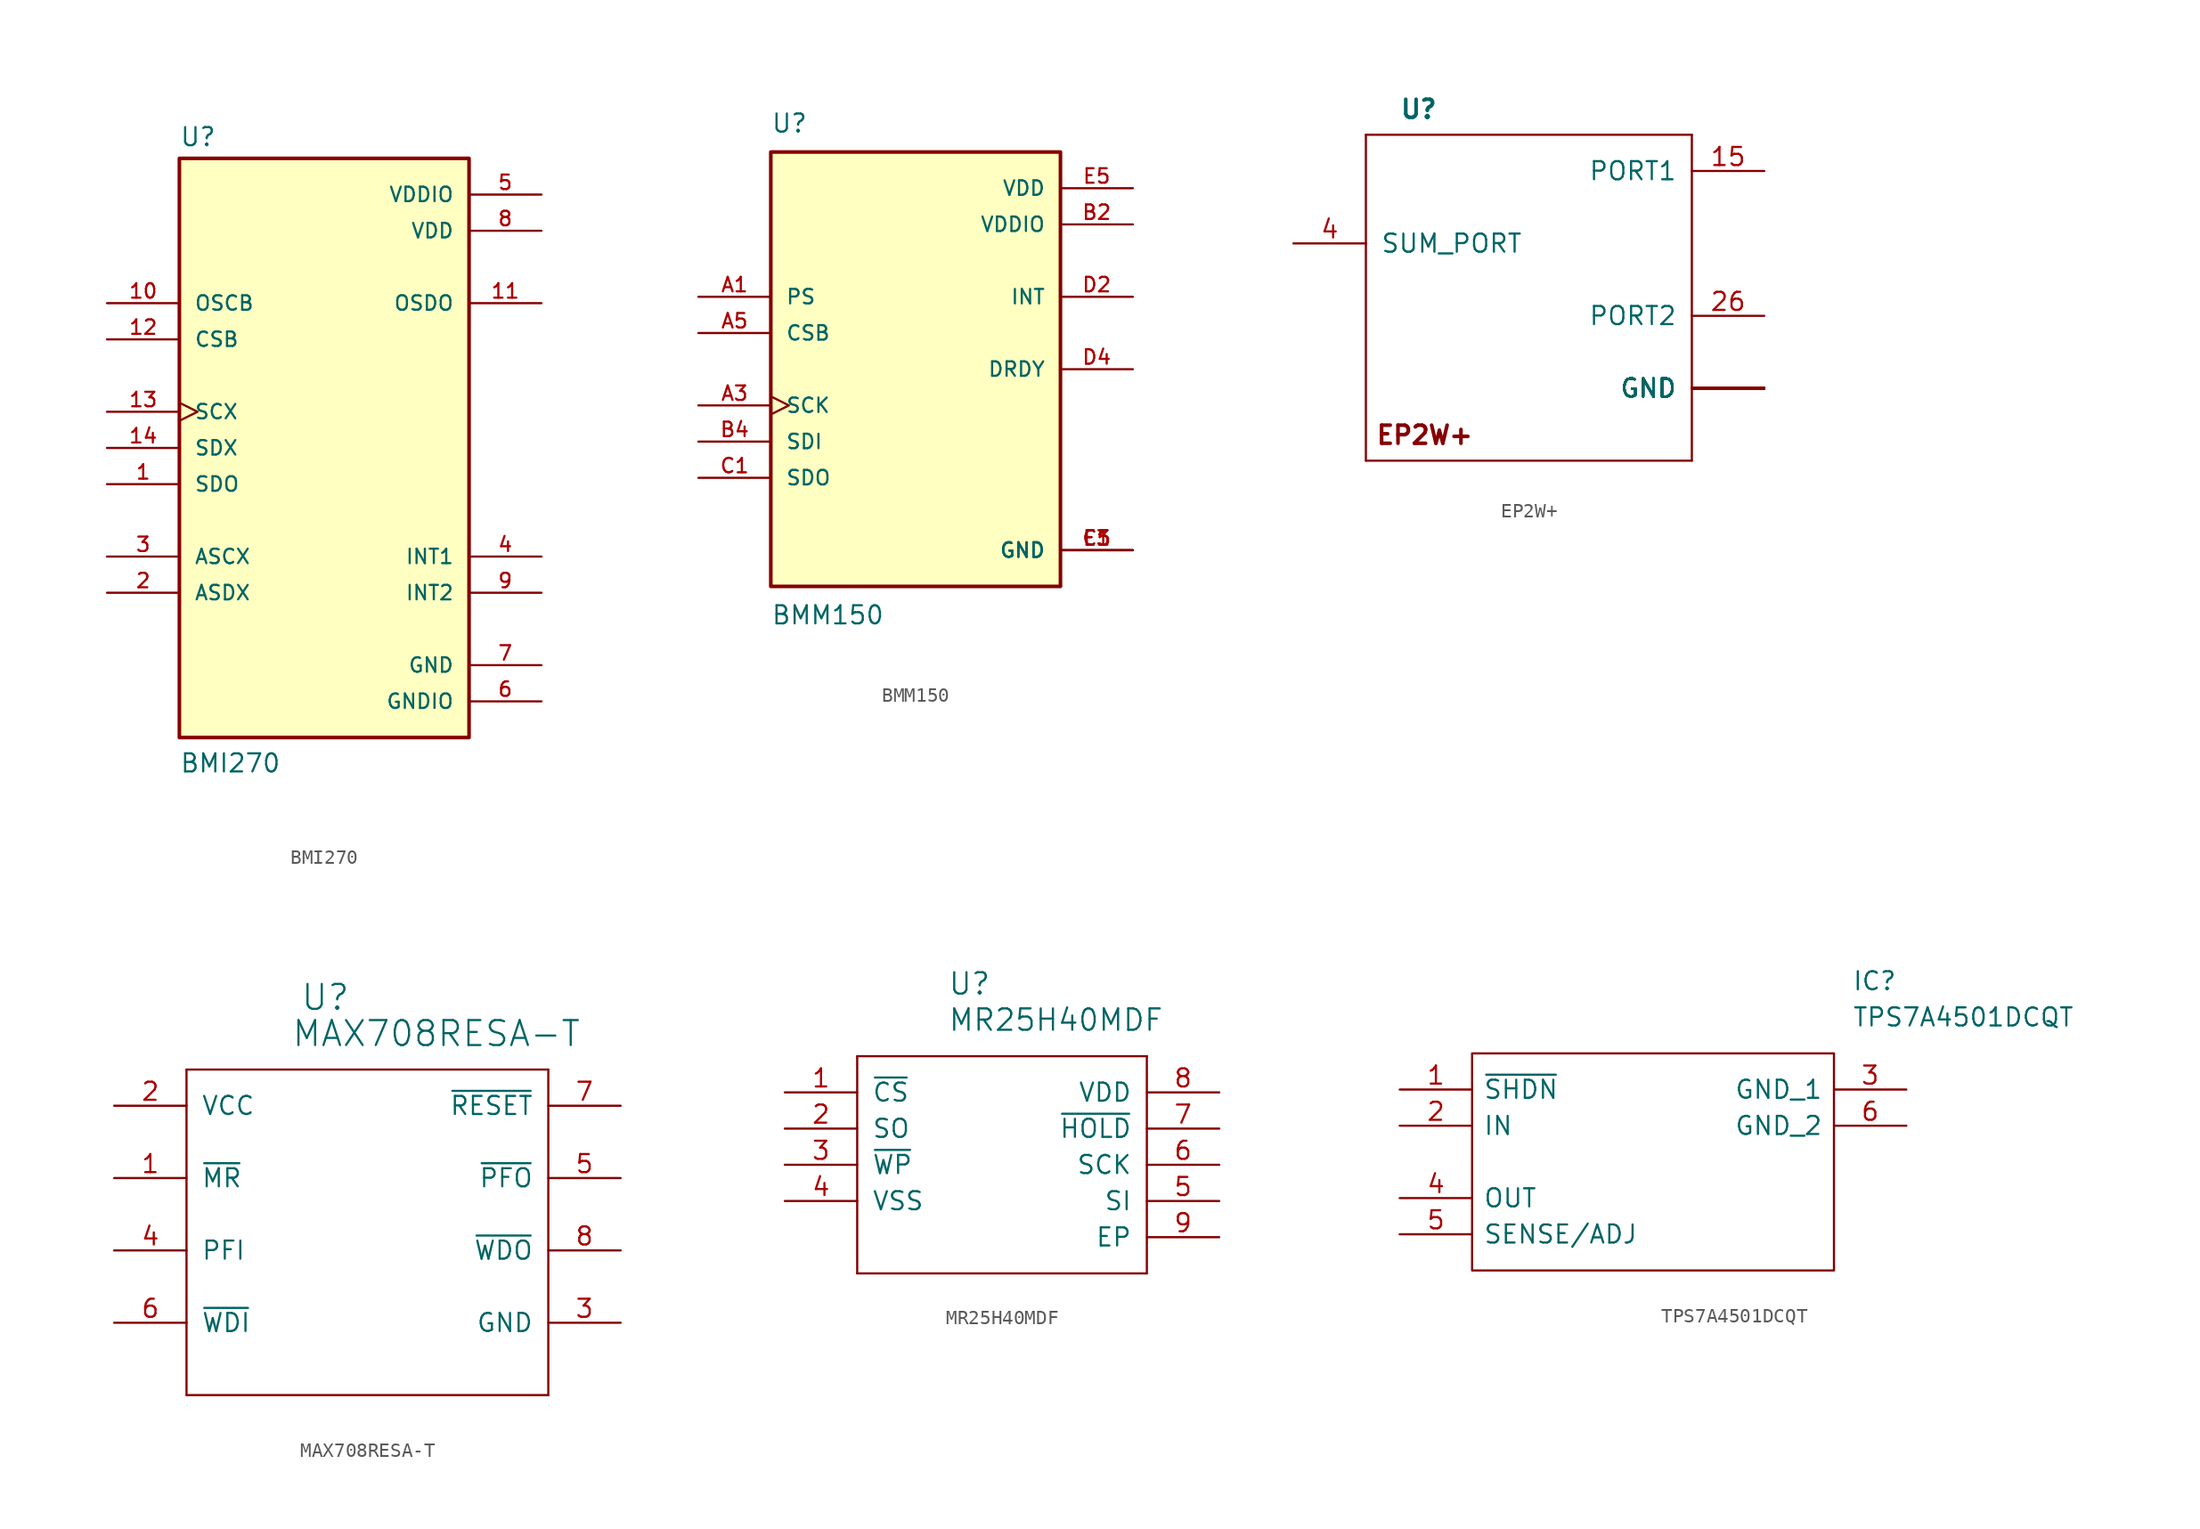
<source format=kicad_sym>
(kicad_symbol_lib
  (version 20241209)
  (generator "kicad_symbol_editor")
  (generator_version "9.0")
  (symbol "BMI270"
    (pin_names
      (offset 1.016))
    (property "Reference" "U"
      (at -10.16 21.082 0)
      (effects (font (size 1.27 1.27)) (justify left bottom)))
    (property "Value" "BMI270"
      (at -10.16 -22.86 0)
      (effects (font (size 1.27 1.27)) (justify left bottom)))
    (symbol "BMI270_0_0"
      (rectangle (start -10.16 -20.32) (end 10.16 20.32) (stroke (width 0.254) (type default)) (fill (type background)))
      (pin input line (at -15.24 10.16 0) (length 5.08) (name "OSCB" (effects (font (size 1.016 1.016)))) (number "10" (effects (font (size 1.016 1.016)))))
      (pin input line (at -15.24 7.62 0) (length 5.08) (name "CSB" (effects (font (size 1.016 1.016)))) (number "12" (effects (font (size 1.016 1.016)))))
      (pin input clock (at -15.24 2.54 0) (length 5.08) (name "SCX" (effects (font (size 1.016 1.016)))) (number "13" (effects (font (size 1.016 1.016)))))
      (pin bidirectional line (at -15.24 0 0) (length 5.08) (name "SDX" (effects (font (size 1.016 1.016)))) (number "14" (effects (font (size 1.016 1.016)))))
      (pin bidirectional line (at -15.24 -2.54 0) (length 5.08) (name "SDO" (effects (font (size 1.016 1.016)))) (number "1" (effects (font (size 1.016 1.016)))))
      (pin bidirectional line (at -15.24 -7.62 0) (length 5.08) (name "ASCX" (effects (font (size 1.016 1.016)))) (number "3" (effects (font (size 1.016 1.016)))))
      (pin bidirectional line (at -15.24 -10.16 0) (length 5.08) (name "ASDX" (effects (font (size 1.016 1.016)))) (number "2" (effects (font (size 1.016 1.016)))))
      (pin power_in line (at 15.24 17.78 180) (length 5.08) (name "VDDIO" (effects (font (size 1.016 1.016)))) (number "5" (effects (font (size 1.016 1.016)))))
      (pin power_in line (at 15.24 15.24 180) (length 5.08) (name "VDD" (effects (font (size 1.016 1.016)))) (number "8" (effects (font (size 1.016 1.016)))))
      (pin output line (at 15.24 10.16 180) (length 5.08) (name "OSDO" (effects (font (size 1.016 1.016)))) (number "11" (effects (font (size 1.016 1.016)))))
      (pin bidirectional line (at 15.24 -7.62 180) (length 5.08) (name "INT1" (effects (font (size 1.016 1.016)))) (number "4" (effects (font (size 1.016 1.016)))))
      (pin bidirectional line (at 15.24 -10.16 180) (length 5.08) (name "INT2" (effects (font (size 1.016 1.016)))) (number "9" (effects (font (size 1.016 1.016)))))
      (pin power_in line (at 15.24 -15.24 180) (length 5.08) (name "GND" (effects (font (size 1.016 1.016)))) (number "7" (effects (font (size 1.016 1.016)))))
      (pin power_in line (at 15.24 -17.78 180) (length 5.08) (name "GNDIO" (effects (font (size 1.016 1.016)))) (number "6" (effects (font (size 1.016 1.016)))))))
  (symbol "BMM150"
    (pin_names
      (offset 1.016))
    (property "Reference" "U"
      (at -10.16 16.51 0)
      (effects (font (size 1.27 1.27)) (justify left bottom)))
    (property "Value" "BMM150"
      (at -10.16 -16.51 0)
      (effects (font (size 1.27 1.27)) (justify left top)))
    (symbol "BMM150_0_0"
      (rectangle (start -10.16 -15.24) (end 10.16 15.24) (stroke (width 0.254) (type default)) (fill (type background)))
      (pin input line (at -15.24 5.08 0) (length 5.08) (name "PS" (effects (font (size 1.016 1.016)))) (number "A1" (effects (font (size 1.016 1.016)))))
      (pin input line (at -15.24 2.54 0) (length 5.08) (name "CSB" (effects (font (size 1.016 1.016)))) (number "A5" (effects (font (size 1.016 1.016)))))
      (pin input clock (at -15.24 -2.54 0) (length 5.08) (name "SCK" (effects (font (size 1.016 1.016)))) (number "A3" (effects (font (size 1.016 1.016)))))
      (pin bidirectional line (at -15.24 -5.08 0) (length 5.08) (name "SDI" (effects (font (size 1.016 1.016)))) (number "B4" (effects (font (size 1.016 1.016)))))
      (pin output line (at -15.24 -7.62 0) (length 5.08) (name "SDO" (effects (font (size 1.016 1.016)))) (number "C1" (effects (font (size 1.016 1.016)))))
      (pin power_in line (at 15.24 12.7 180) (length 5.08) (name "VDD" (effects (font (size 1.016 1.016)))) (number "E5" (effects (font (size 1.016 1.016)))))
      (pin power_in line (at 15.24 10.16 180) (length 5.08) (name "VDDIO" (effects (font (size 1.016 1.016)))) (number "B2" (effects (font (size 1.016 1.016)))))
      (pin output line (at 15.24 5.08 180) (length 5.08) (name "INT" (effects (font (size 1.016 1.016)))) (number "D2" (effects (font (size 1.016 1.016)))))
      (pin output line (at 15.24 0 180) (length 5.08) (name "DRDY" (effects (font (size 1.016 1.016)))) (number "D4" (effects (font (size 1.016 1.016)))))
      (pin power_in line (at 15.24 -12.7 180) (length 5.08) (name "GND" (effects (font (size 1.016 1.016)))) (number "C5" (effects (font (size 1.016 1.016)))))
      (pin power_in line (at 15.24 -12.7 180) (length 5.08) (name "GND" (effects (font (size 1.016 1.016)))) (number "E1" (effects (font (size 1.016 1.016)))))
      (pin power_in line (at 15.24 -12.7 180) (length 5.08) (name "GND" (effects (font (size 1.016 1.016)))) (number "E3" (effects (font (size 1.016 1.016)))))))
  (symbol "EP2W+"
    (pin_names
      (offset 1.016))
    (property "Reference" "U"
      (at -7.62 10.16 0)
      (effects (font (size 1.27 1.27) (bold yes)) (justify right top)))
    (symbol "EP2W+_1_0"
      (polyline (pts (xy -12.7 7.62) (xy 10.16 7.62)) (stroke (width 0) (type default)) (fill (type none)))
      (polyline (pts (xy -12.7 -15.24) (xy -12.7 7.62)) (stroke (width 0) (type default)) (fill (type none)))
      (polyline (pts (xy 10.16 7.62) (xy 10.16 -15.24)) (stroke (width 0) (type default)) (fill (type none)))
      (polyline (pts (xy 10.16 -15.24) (xy -12.7 -15.24)) (stroke (width 0) (type default)) (fill (type none)))
      (text "EP2W+" (at -5.08 -12.7 0) (effects (font (size 1.27 1.27) (bold yes)) (justify right top)))
      (pin bidirectional line (at -17.78 0 0) (length 5.08) (name "SUM_PORT" (effects (font (size 1.27 1.27)))) (number "4" (effects (font (size 1.27 1.27)))))
      (pin bidirectional line (at 15.24 5.08 180) (length 5.08) (name "PORT1" (effects (font (size 1.27 1.27)))) (number "15" (effects (font (size 1.27 1.27)))))
      (pin bidirectional line (at 15.24 -5.08 180) (length 5.08) (name "PORT2" (effects (font (size 1.27 1.27)))) (number "26" (effects (font (size 1.27 1.27)))))
      (pin power_in line (at 15.24 -10.16 180) (length 5.08) (name "GND" (effects (font (size 1.27 1.27)))) (number "1" (effects (font (size 0 0)))))
      (pin power_in line (at 15.24 -10.16 180) (length 5.08) (name "GND" (effects (font (size 1.27 1.27)))) (number "10" (effects (font (size 0 0)))))
      (pin power_in line (at 15.24 -10.16 180) (length 5.08) (name "GND" (effects (font (size 1.27 1.27)))) (number "11" (effects (font (size 0 0)))))
      (pin power_in line (at 15.24 -10.16 180) (length 5.08) (name "GND" (effects (font (size 1.27 1.27)))) (number "12" (effects (font (size 0 0)))))
      (pin power_in line (at 15.24 -10.16 180) (length 5.08) (name "GND" (effects (font (size 1.27 1.27)))) (number "13" (effects (font (size 0 0)))))
      (pin power_in line (at 15.24 -10.16 180) (length 5.08) (name "GND" (effects (font (size 1.27 1.27)))) (number "14" (effects (font (size 0 0)))))
      (pin power_in line (at 15.24 -10.16 180) (length 5.08) (name "GND" (effects (font (size 1.27 1.27)))) (number "16" (effects (font (size 0 0)))))
      (pin power_in line (at 15.24 -10.16 180) (length 5.08) (name "GND" (effects (font (size 1.27 1.27)))) (number "17" (effects (font (size 0 0)))))
      (pin power_in line (at 15.24 -10.16 180) (length 5.08) (name "GND" (effects (font (size 1.27 1.27)))) (number "18" (effects (font (size 0 0)))))
      (pin power_in line (at 15.24 -10.16 180) (length 5.08) (name "GND" (effects (font (size 1.27 1.27)))) (number "19" (effects (font (size 0 0)))))
      (pin power_in line (at 15.24 -10.16 180) (length 5.08) (name "GND" (effects (font (size 1.27 1.27)))) (number "2" (effects (font (size 0 0)))))
      (pin power_in line (at 15.24 -10.16 180) (length 5.08) (name "GND" (effects (font (size 1.27 1.27)))) (number "20" (effects (font (size 0 0)))))
      (pin power_in line (at 15.24 -10.16 180) (length 5.08) (name "GND" (effects (font (size 1.27 1.27)))) (number "21" (effects (font (size 0 0)))))
      (pin power_in line (at 15.24 -10.16 180) (length 5.08) (name "GND" (effects (font (size 1.27 1.27)))) (number "22" (effects (font (size 0 0)))))
      (pin power_in line (at 15.24 -10.16 180) (length 5.08) (name "GND" (effects (font (size 1.27 1.27)))) (number "23" (effects (font (size 0 0)))))
      (pin power_in line (at 15.24 -10.16 180) (length 5.08) (name "GND" (effects (font (size 1.27 1.27)))) (number "24" (effects (font (size 0 0)))))
      (pin power_in line (at 15.24 -10.16 180) (length 5.08) (name "GND" (effects (font (size 1.27 1.27)))) (number "25" (effects (font (size 0 0)))))
      (pin power_in line (at 15.24 -10.16 180) (length 5.08) (name "GND" (effects (font (size 1.27 1.27)))) (number "27" (effects (font (size 0 0)))))
      (pin power_in line (at 15.24 -10.16 180) (length 5.08) (name "GND" (effects (font (size 1.27 1.27)))) (number "28" (effects (font (size 0 0)))))
      (pin power_in line (at 15.24 -10.16 180) (length 5.08) (name "GND" (effects (font (size 1.27 1.27)))) (number "29" (effects (font (size 0 0)))))
      (pin power_in line (at 15.24 -10.16 180) (length 5.08) (name "GND" (effects (font (size 1.27 1.27)))) (number "3" (effects (font (size 0 0)))))
      (pin power_in line (at 15.24 -10.16 180) (length 5.08) (name "GND" (effects (font (size 1.27 1.27)))) (number "30" (effects (font (size 0 0)))))
      (pin power_in line (at 15.24 -10.16 180) (length 5.08) (name "GND" (effects (font (size 1.27 1.27)))) (number "31" (effects (font (size 0 0)))))
      (pin power_in line (at 15.24 -10.16 180) (length 5.08) (name "GND" (effects (font (size 1.27 1.27)))) (number "32" (effects (font (size 0 0)))))
      (pin power_in line (at 15.24 -10.16 180) (length 5.08) (name "GND" (effects (font (size 1.27 1.27)))) (number "5" (effects (font (size 0 0)))))
      (pin power_in line (at 15.24 -10.16 180) (length 5.08) (name "GND" (effects (font (size 1.27 1.27)))) (number "6" (effects (font (size 0 0)))))
      (pin power_in line (at 15.24 -10.16 180) (length 5.08) (name "GND" (effects (font (size 1.27 1.27)))) (number "7" (effects (font (size 0 0)))))
      (pin power_in line (at 15.24 -10.16 180) (length 5.08) (name "GND" (effects (font (size 1.27 1.27)))) (number "8" (effects (font (size 0 0)))))
      (pin power_in line (at 15.24 -10.16 180) (length 5.08) (name "GND" (effects (font (size 1.27 1.27)))) (number "9" (effects (font (size 0 0)))))
      (pin power_in line (at 15.24 -10.16 180) (length 5.08) (name "GND" (effects (font (size 1.27 1.27)))) (number "EP" (effects (font (size 0 0)))))))
  (symbol "MAX708RESA-T"
    (pin_names
      (offset 1.016))
    (property "Reference" "U"
      (at 15.596 9.119 0)
      (effects (font (size 1.753 1.753)) (justify left bottom)))
    (property "Value" "MAX708RESA-T"
      (at 14.961 6.579 0)
      (effects (font (size 1.753 1.753)) (justify left bottom)))
    (symbol "MAX708RESA-T_1_0"
      (polyline (pts (xy 7.62 5.08) (xy 7.62 -17.78)) (stroke (width 0) (type default)) (fill (type none)))
      (polyline (pts (xy 7.62 -17.78) (xy 33.02 -17.78)) (stroke (width 0) (type default)) (fill (type none)))
      (polyline (pts (xy 33.02 5.08) (xy 7.62 5.08)) (stroke (width 0) (type default)) (fill (type none)))
      (polyline (pts (xy 33.02 -17.78) (xy 33.02 5.08)) (stroke (width 0) (type default)) (fill (type none)))
      (pin power_in line (at 2.54 2.54 0) (length 5.08) (name "VCC" (effects (font (size 1.27 1.27)))) (number "2" (effects (font (size 1.27 1.27)))))
      (pin input line (at 2.54 -2.54 0) (length 5.08) (name "~{MR}" (effects (font (size 1.27 1.27)))) (number "1" (effects (font (size 1.27 1.27)))))
      (pin input line (at 2.54 -7.62 0) (length 5.08) (name "PFI" (effects (font (size 1.27 1.27)))) (number "4" (effects (font (size 1.27 1.27)))))
      (pin input line (at 2.54 -12.7 0) (length 5.08) (name "~{WDI}" (effects (font (size 1.27 1.27)))) (number "6" (effects (font (size 1.27 1.27)))))
      (pin output line (at 38.1 2.54 180) (length 5.08) (name "~{RESET}" (effects (font (size 1.27 1.27)))) (number "7" (effects (font (size 1.27 1.27)))))
      (pin output line (at 38.1 -2.54 180) (length 5.08) (name "~{PFO}" (effects (font (size 1.27 1.27)))) (number "5" (effects (font (size 1.27 1.27)))))
      (pin output line (at 38.1 -7.62 180) (length 5.08) (name "~{WDO}" (effects (font (size 1.27 1.27)))) (number "8" (effects (font (size 1.27 1.27)))))
      (pin power_in line (at 38.1 -12.7 180) (length 5.08) (name "GND" (effects (font (size 1.27 1.27)))) (number "3" (effects (font (size 1.27 1.27)))))))
  (symbol "MR25H40MDF"
    (pin_names
      (offset 1.016))
    (property "Reference" "U"
      (at 11.43 7.62 0)
      (effects (font (size 1.499 1.499)) (justify left)))
    (property "Value" "MR25H40MDF"
      (at 11.43 5.08 0)
      (effects (font (size 1.499 1.499)) (justify left)))
    (symbol "MR25H40MDF_1_0"
      (polyline (pts (xy 5.08 2.54) (xy 5.08 -12.7)) (stroke (width 0) (type default)) (fill (type none)))
      (polyline (pts (xy 5.08 2.54) (xy 25.4 2.54)) (stroke (width 0) (type default)) (fill (type none)))
      (polyline (pts (xy 25.4 -12.7) (xy 5.08 -12.7)) (stroke (width 0) (type default)) (fill (type none)))
      (polyline (pts (xy 25.4 -12.7) (xy 25.4 2.54)) (stroke (width 0) (type default)) (fill (type none)))
      (pin input line (at 0 0 0) (length 5.08) (name "~{CS}" (effects (font (size 1.27 1.27)))) (number "1" (effects (font (size 1.27 1.27)))))
      (pin output line (at 0 -2.54 0) (length 5.08) (name "SO" (effects (font (size 1.27 1.27)))) (number "2" (effects (font (size 1.27 1.27)))))
      (pin input line (at 0 -5.08 0) (length 5.08) (name "~{WP}" (effects (font (size 1.27 1.27)))) (number "3" (effects (font (size 1.27 1.27)))))
      (pin power_in line (at 0 -7.62 0) (length 5.08) (name "VSS" (effects (font (size 1.27 1.27)))) (number "4" (effects (font (size 1.27 1.27)))))
      (pin power_in line (at 30.48 0 180) (length 5.08) (name "VDD" (effects (font (size 1.27 1.27)))) (number "8" (effects (font (size 1.27 1.27)))))
      (pin input line (at 30.48 -2.54 180) (length 5.08) (name "~{HOLD}" (effects (font (size 1.27 1.27)))) (number "7" (effects (font (size 1.27 1.27)))))
      (pin input line (at 30.48 -5.08 180) (length 5.08) (name "SCK" (effects (font (size 1.27 1.27)))) (number "6" (effects (font (size 1.27 1.27)))))
      (pin input line (at 30.48 -7.62 180) (length 5.08) (name "SI" (effects (font (size 1.27 1.27)))) (number "5" (effects (font (size 1.27 1.27)))))
      (pin power_in line (at 30.48 -10.16 180) (length 5.08) (name "EP" (effects (font (size 1.27 1.27)))) (number "9" (effects (font (size 1.27 1.27)))))))
  (symbol "TPS7A4501DCQT"
    (pin_names
      (offset 0.762))
    (property "Reference" "IC"
      (at 31.75 7.62 0)
      (effects (font (size 1.27 1.27)) (justify left)))
    (property "Value" "TPS7A4501DCQT"
      (at 31.75 5.08 0)
      (effects (font (size 1.27 1.27)) (justify left)))
    (symbol "TPS7A4501DCQT_0_0"
      (pin passive line (at 0 0 0) (length 5.08) (name "~{SHDN}" (effects (font (size 1.27 1.27)))) (number "1" (effects (font (size 1.27 1.27)))))
      (pin input line (at 0 -2.54 0) (length 5.08) (name "IN" (effects (font (size 1.27 1.27)))) (number "2" (effects (font (size 1.27 1.27)))))
      (pin passive line (at 0 -10.16 0) (length 5.08) (name "SENSE/ADJ" (effects (font (size 1.27 1.27)))) (number "5" (effects (font (size 1.27 1.27)))))
      (pin power_in line (at 35.56 0 180) (length 5.08) (name "GND_1" (effects (font (size 1.27 1.27)))) (number "3" (effects (font (size 1.27 1.27)))))
      (pin power_in line (at 35.56 -2.54 180) (length 5.08) (name "GND_2" (effects (font (size 1.27 1.27)))) (number "6" (effects (font (size 1.27 1.27))))))
    (symbol "TPS7A4501DCQT_0_1"
      (polyline (pts (xy 5.08 2.54) (xy 30.48 2.54) (xy 30.48 -12.7) (xy 5.08 -12.7) (xy 5.08 2.54)) (stroke (width 0.152) (type default)) (fill (type none))))
    (symbol "TPS7A4501DCQT_1_0"
      (pin power_out line (at 0 -7.62 0) (length 5.08) (name "OUT" (effects (font (size 1.27 1.27)))) (number "4" (effects (font (size 1.27 1.27))))))))
</source>
